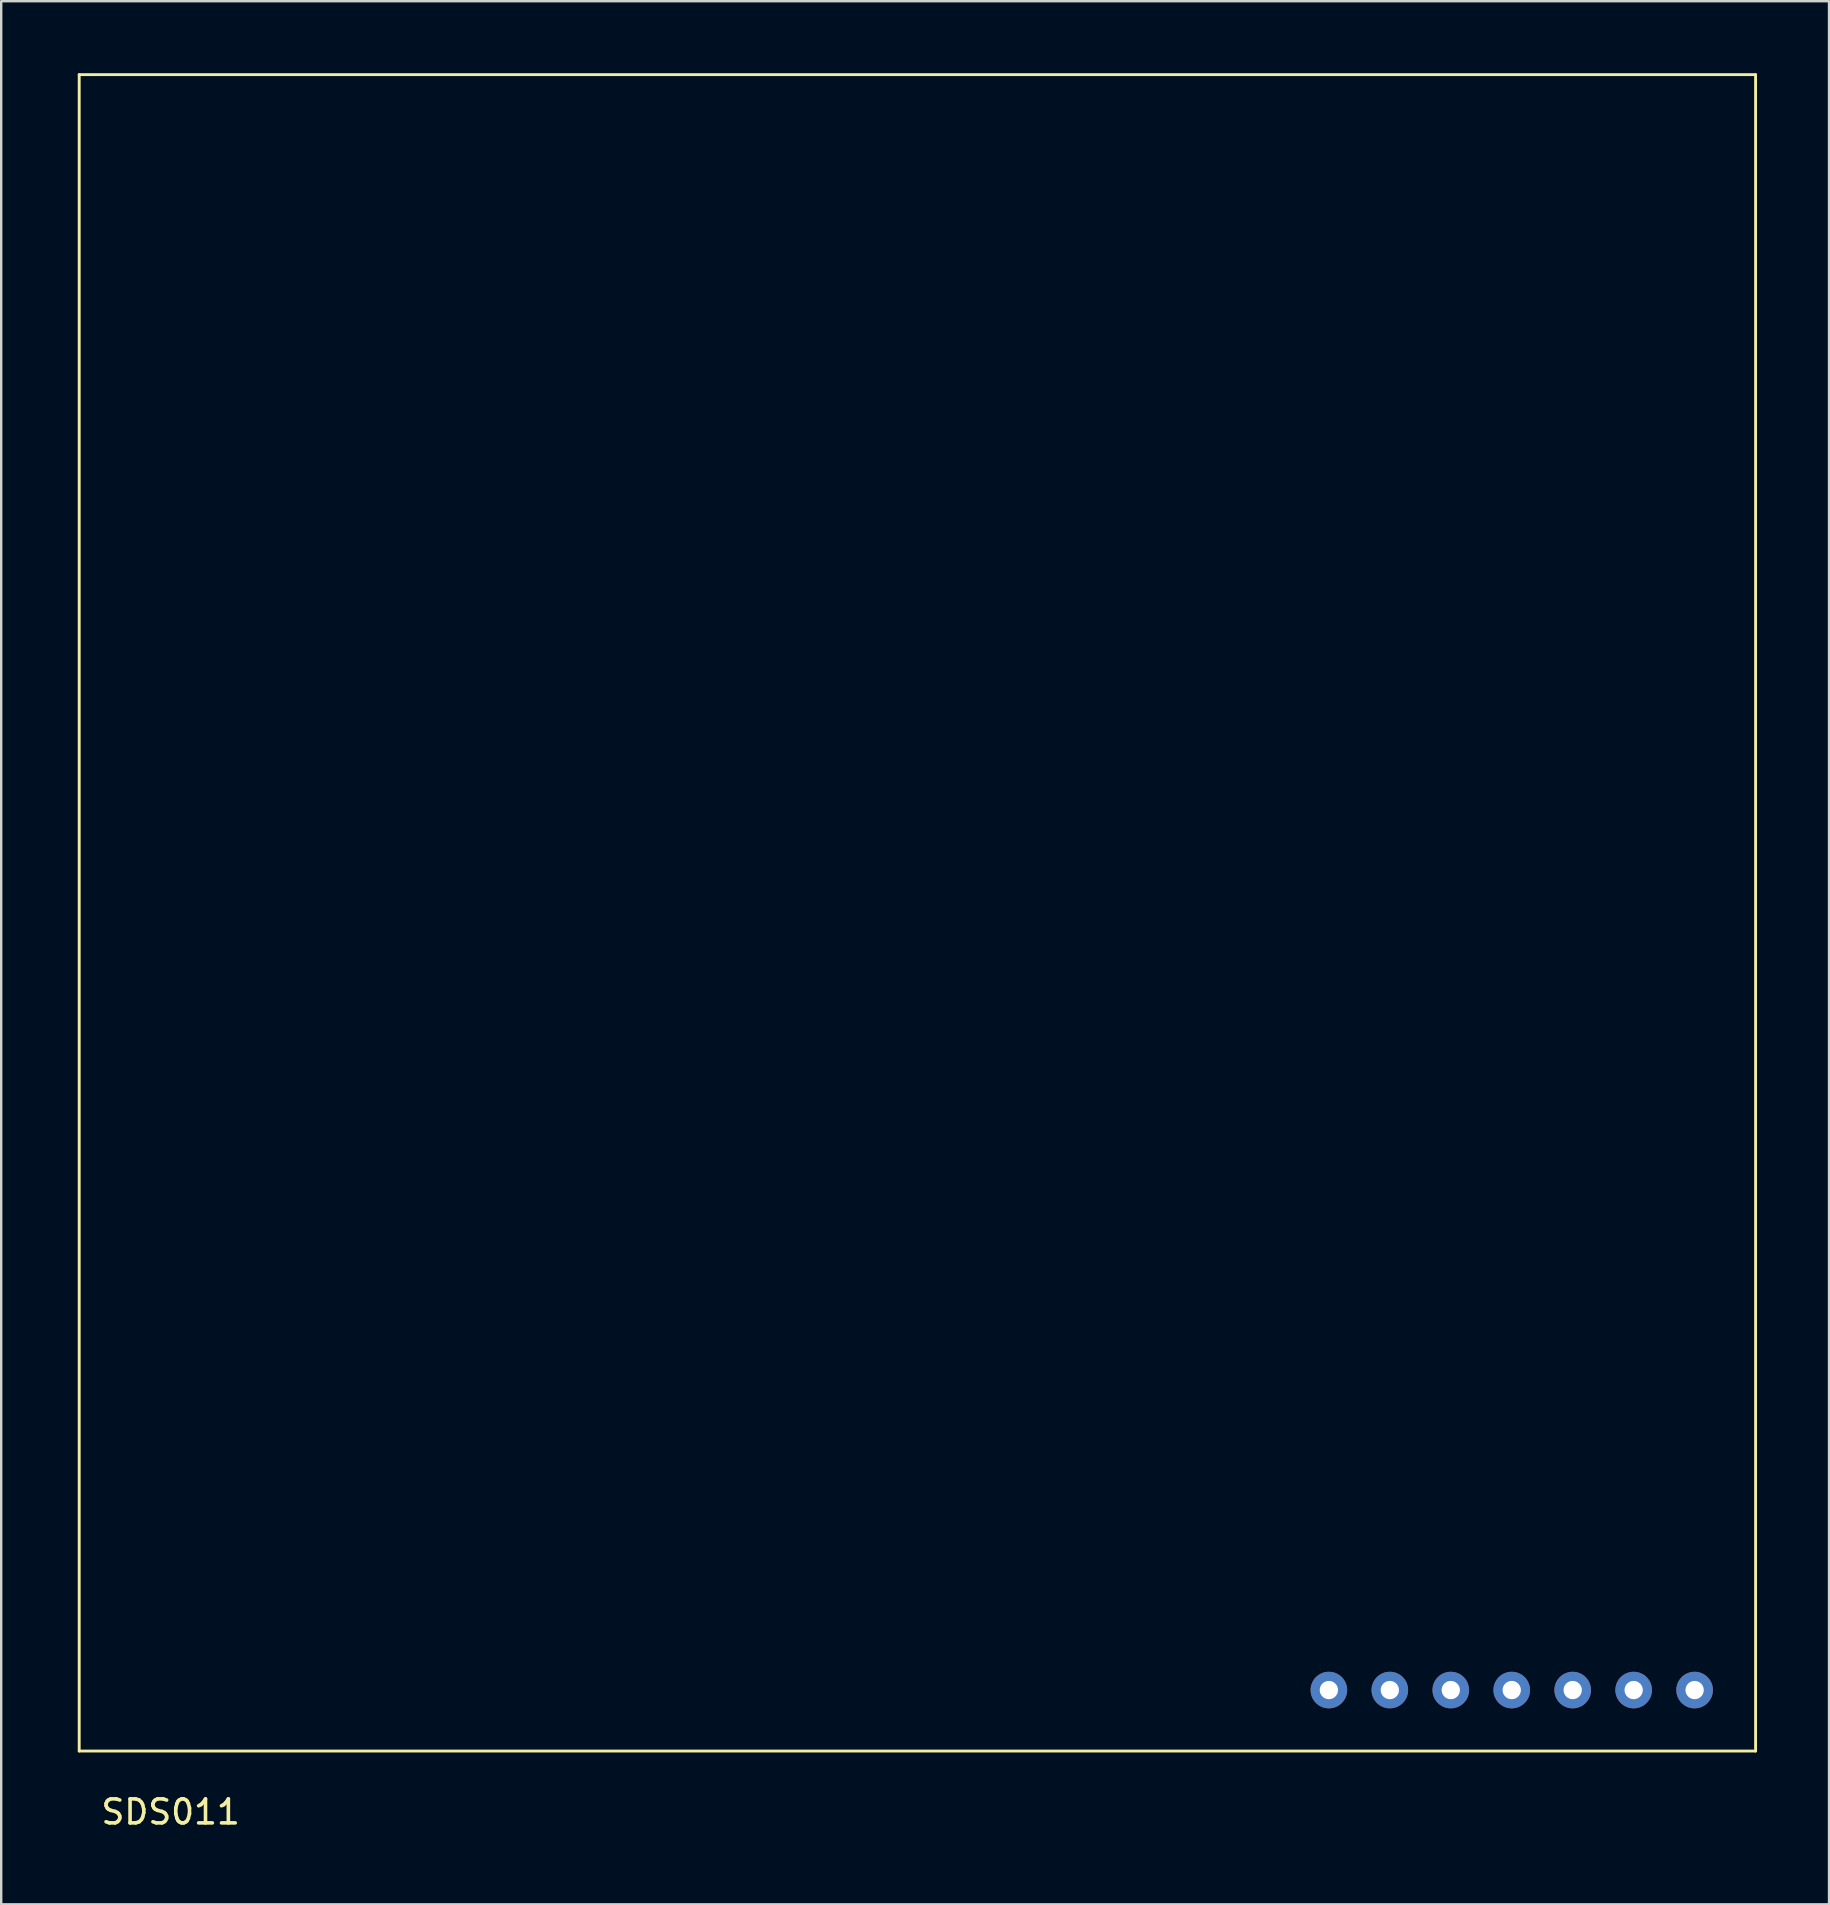
<source format=kicad_pcb>
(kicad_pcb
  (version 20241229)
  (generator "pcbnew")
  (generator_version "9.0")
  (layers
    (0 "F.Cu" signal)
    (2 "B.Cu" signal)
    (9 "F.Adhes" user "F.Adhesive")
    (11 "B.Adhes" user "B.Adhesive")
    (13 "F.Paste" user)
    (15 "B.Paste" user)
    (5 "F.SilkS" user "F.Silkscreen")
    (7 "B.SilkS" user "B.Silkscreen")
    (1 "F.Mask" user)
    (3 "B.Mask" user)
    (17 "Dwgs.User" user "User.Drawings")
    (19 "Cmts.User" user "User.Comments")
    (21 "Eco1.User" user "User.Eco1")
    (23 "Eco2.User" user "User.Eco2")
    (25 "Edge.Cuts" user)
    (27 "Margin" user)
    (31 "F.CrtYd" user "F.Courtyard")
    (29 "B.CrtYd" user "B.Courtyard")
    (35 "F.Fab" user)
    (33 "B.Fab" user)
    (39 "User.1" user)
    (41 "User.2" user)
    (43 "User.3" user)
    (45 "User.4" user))
  (footprint "SDS011"
    (layer "F.Cu")
    (at 0.25 69.91)
    (property "Reference" "SDS011" (at 3.81 2.54 0) (layer "F.SilkS") (effects (font (size 1 1) (thickness 0.15))))
    (attr through_hole)
    (fp_line (start 0 -69.85) (end 0 0) (stroke (width 0.12) (type solid)) (layer "F.SilkS"))
    (fp_line (start 0 0) (end 69.85 0) (stroke (width 0.12) (type solid)) (layer "F.SilkS"))
    (fp_line (start 69.85 -69.85) (end 0 -69.85) (stroke (width 0.12) (type solid)) (layer "F.SilkS"))
    (fp_line (start 69.85 0) (end 69.85 -69.85) (stroke (width 0.12) (type solid)) (layer "F.SilkS"))
    (pad "1" thru_hole circle (at 52.07 -2.54) (size 1.524 1.524) (drill 0.762) (layers "*.Cu" "*.Mask"))
    (pad "2" thru_hole circle (at 54.61 -2.54) (size 1.524 1.524) (drill 0.762) (layers "*.Cu" "*.Mask"))
    (pad "3" thru_hole circle (at 57.15 -2.54) (size 1.524 1.524) (drill 0.762) (layers "*.Cu" "*.Mask"))
    (pad "4" thru_hole circle (at 59.69 -2.54) (size 1.524 1.524) (drill 0.762) (layers "*.Cu" "*.Mask"))
    (pad "5" thru_hole circle (at 62.23 -2.54) (size 1.524 1.524) (drill 0.762) (layers "*.Cu" "*.Mask"))
    (pad "6" thru_hole circle (at 64.77 -2.54) (size 1.524 1.524) (drill 0.762) (layers "*.Cu" "*.Mask"))
    (pad "7" thru_hole circle (at 67.31 -2.54) (size 1.524 1.524) (drill 0.762) (layers "*.Cu" "*.Mask")))
  (gr_rect
    (start -3 -3)
    (end 73.16 76.298)
    (stroke (width 0.1) (type default))
    (fill no)
    (layer "Edge.Cuts")))
</source>
